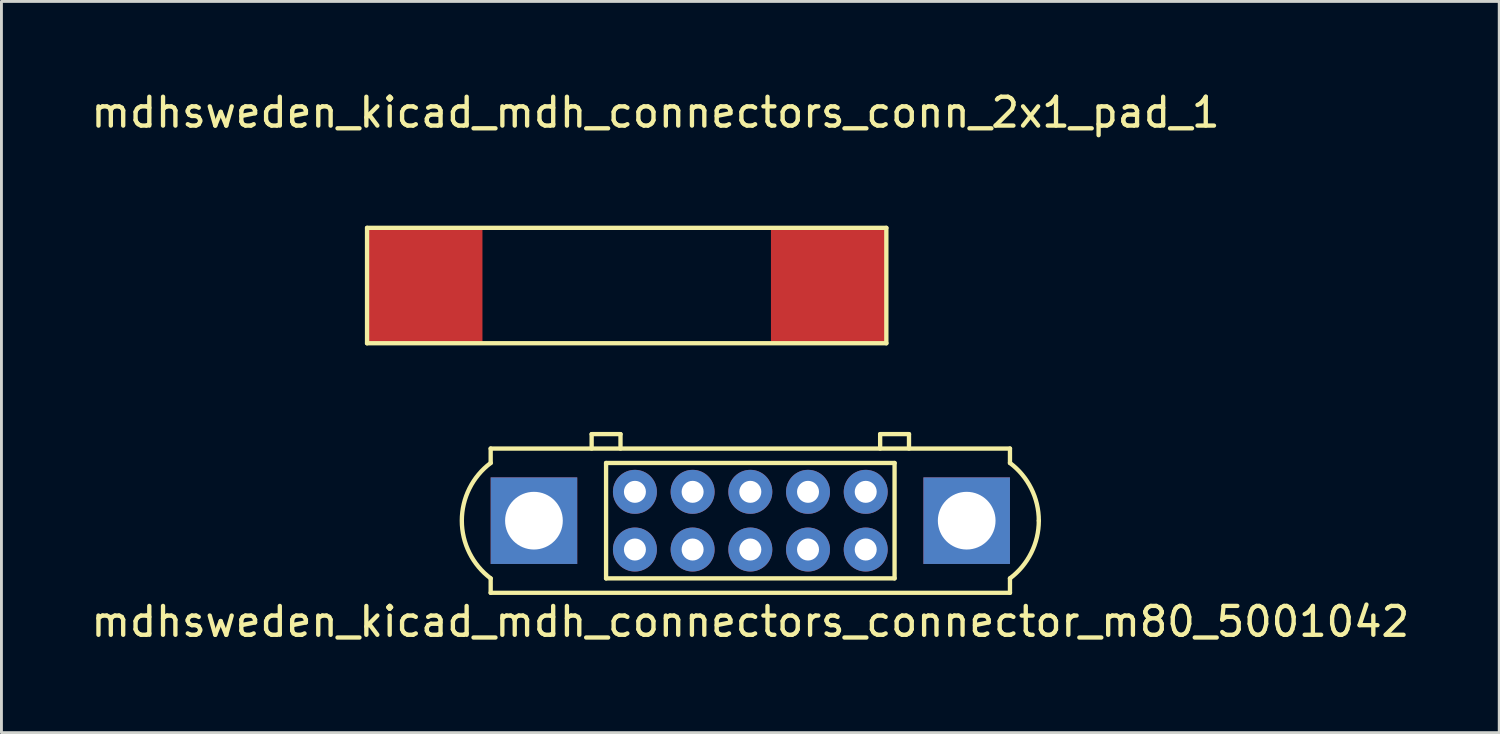
<source format=kicad_pcb>
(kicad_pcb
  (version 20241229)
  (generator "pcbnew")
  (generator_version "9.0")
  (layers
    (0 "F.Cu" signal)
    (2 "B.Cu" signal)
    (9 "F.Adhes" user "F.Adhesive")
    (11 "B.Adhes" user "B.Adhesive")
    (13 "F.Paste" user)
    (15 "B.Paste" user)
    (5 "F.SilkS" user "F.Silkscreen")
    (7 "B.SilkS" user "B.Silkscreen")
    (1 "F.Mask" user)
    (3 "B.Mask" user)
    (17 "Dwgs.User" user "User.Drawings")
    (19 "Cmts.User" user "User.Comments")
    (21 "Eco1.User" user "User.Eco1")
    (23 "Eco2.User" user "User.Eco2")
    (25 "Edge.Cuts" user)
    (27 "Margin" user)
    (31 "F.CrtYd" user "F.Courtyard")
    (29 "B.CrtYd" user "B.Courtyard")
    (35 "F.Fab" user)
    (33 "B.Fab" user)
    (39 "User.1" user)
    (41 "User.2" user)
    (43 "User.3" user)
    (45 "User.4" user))
  (footprint "mdhsweden_kicad_mdh_connectors_connector_m80_5001042"
    (layer "F.Cu")
    (at 22.958 14.998)
    (property "Reference" "mdhsweden_kicad_mdh_connectors_connector_m80_5001042" (at 0 3.5 0) (layer "F.SilkS") (effects (font (size 1 1) (thickness 0.15))))
    (attr through_hole)
    (fp_line (start -9 -2.5) (end -9 -2) (stroke (width 0.15) (type solid)) (layer "F.SilkS"))
    (fp_line (start -9 2) (end -9 2.5) (stroke (width 0.15) (type solid)) (layer "F.SilkS"))
    (fp_line (start -9 2.5) (end 9 2.5) (stroke (width 0.15) (type solid)) (layer "F.SilkS"))
    (fp_line (start -5.5 -3) (end -4.5 -3) (stroke (width 0.15) (type solid)) (layer "F.SilkS"))
    (fp_line (start -5.5 -2.5) (end -5.5 -3) (stroke (width 0.15) (type solid)) (layer "F.SilkS"))
    (fp_line (start -5 -2) (end -5 2) (stroke (width 0.15) (type solid)) (layer "F.SilkS"))
    (fp_line (start -5 2) (end 5 2) (stroke (width 0.15) (type solid)) (layer "F.SilkS"))
    (fp_line (start -4.5 -3) (end -4.5 -2.5) (stroke (width 0.15) (type solid)) (layer "F.SilkS"))
    (fp_line (start 4.5 -3) (end 5.5 -3) (stroke (width 0.15) (type solid)) (layer "F.SilkS"))
    (fp_line (start 4.5 -2.5) (end 4.5 -3) (stroke (width 0.15) (type solid)) (layer "F.SilkS"))
    (fp_line (start 5 -2) (end -5 -2) (stroke (width 0.15) (type solid)) (layer "F.SilkS"))
    (fp_line (start 5 2) (end 5 -2) (stroke (width 0.15) (type solid)) (layer "F.SilkS"))
    (fp_line (start 5.5 -3) (end 5.5 -2.5) (stroke (width 0.15) (type solid)) (layer "F.SilkS"))
    (fp_line (start 9 -2.5) (end -9 -2.5) (stroke (width 0.15) (type solid)) (layer "F.SilkS"))
    (fp_line (start 9 -2.5) (end 9 -2) (stroke (width 0.15) (type solid)) (layer "F.SilkS"))
    (fp_line (start 9 2) (end 9 2.5) (stroke (width 0.15) (type solid)) (layer "F.SilkS"))
    (fp_arc (start -9 2) (mid -10 0) (end -9 -2) (stroke (width 0.15) (type solid)) (layer "F.SilkS"))
    (fp_arc (start 9 -2) (mid 9.736068 -1.118034) (end 10 0) (stroke (width 0.15) (type solid)) (layer "F.SilkS"))
    (fp_arc (start 10 0) (mid 9.736068 1.118034) (end 9 2) (stroke (width 0.15) (type solid)) (layer "F.SilkS"))
    (pad "" np_thru_hole rect (at -7.5 0) (size 3 3) (drill 2) (layers "*.Cu" "*.Mask"))
    (pad "" np_thru_hole rect (at 7.5 0) (size 3 3) (drill 2) (layers "*.Cu" "*.Mask"))
    (pad "1" thru_hole circle (at -4 1) (size 1.524 1.524) (drill 0.762) (layers "*.Cu" "*.Mask"))
    (pad "2" thru_hole circle (at -4 -1) (size 1.524 1.524) (drill 0.762) (layers "*.Cu" "*.Mask"))
    (pad "3" thru_hole circle (at -2 1) (size 1.524 1.524) (drill 0.762) (layers "*.Cu" "*.Mask"))
    (pad "4" thru_hole circle (at -2 -1) (size 1.524 1.524) (drill 0.762) (layers "*.Cu" "*.Mask"))
    (pad "5" thru_hole circle (at 0 1) (size 1.524 1.524) (drill 0.762) (layers "*.Cu" "*.Mask"))
    (pad "6" thru_hole circle (at 0 -1) (size 1.524 1.524) (drill 0.762) (layers "*.Cu" "*.Mask"))
    (pad "7" thru_hole circle (at 2 1) (size 1.524 1.524) (drill 0.762) (layers "*.Cu" "*.Mask"))
    (pad "8" thru_hole circle (at 2 -1) (size 1.524 1.524) (drill 0.762) (layers "*.Cu" "*.Mask"))
    (pad "9" thru_hole circle (at 4 1) (size 1.524 1.524) (drill 0.762) (layers "*.Cu" "*.Mask"))
    (pad "10" thru_hole circle (at 4 -1) (size 1.524 1.524) (drill 0.762) (layers "*.Cu" "*.Mask")))
  (footprint "mdhsweden_kicad_mdh_connectors_conn_2x1_pad_1"
    (layer "F.Cu")
    (at 18.673 6.848)
    (property "Reference" "mdhsweden_kicad_mdh_connectors_conn_2x1_pad_1" (at 1 -6 0) (layer "F.SilkS") (effects (font (size 1 1) (thickness 0.15))))
    (attr through_hole)
    (fp_line (start -9 -2) (end 9 -2) (stroke (width 0.15) (type solid)) (layer "F.SilkS"))
    (fp_line (start -9 2) (end -9 -2) (stroke (width 0.15) (type solid)) (layer "F.SilkS"))
    (fp_line (start -9 2) (end 9 2) (stroke (width 0.15) (type solid)) (layer "F.SilkS"))
    (fp_line (start 9 2) (end 9 -2) (stroke (width 0.15) (type solid)) (layer "F.SilkS"))
    (pad "1" smd rect (at -7 0) (size 4 4) (layers "F.Cu" "F.Mask" "F.Paste"))
    (pad "2" smd rect (at 7 0) (size 4 4) (layers "F.Cu" "F.Mask" "F.Paste")))
  (gr_rect
    (start -3 -3)
    (end 48.917 22.346)
    (stroke (width 0.1) (type default))
    (fill no)
    (layer "Edge.Cuts")))
</source>
